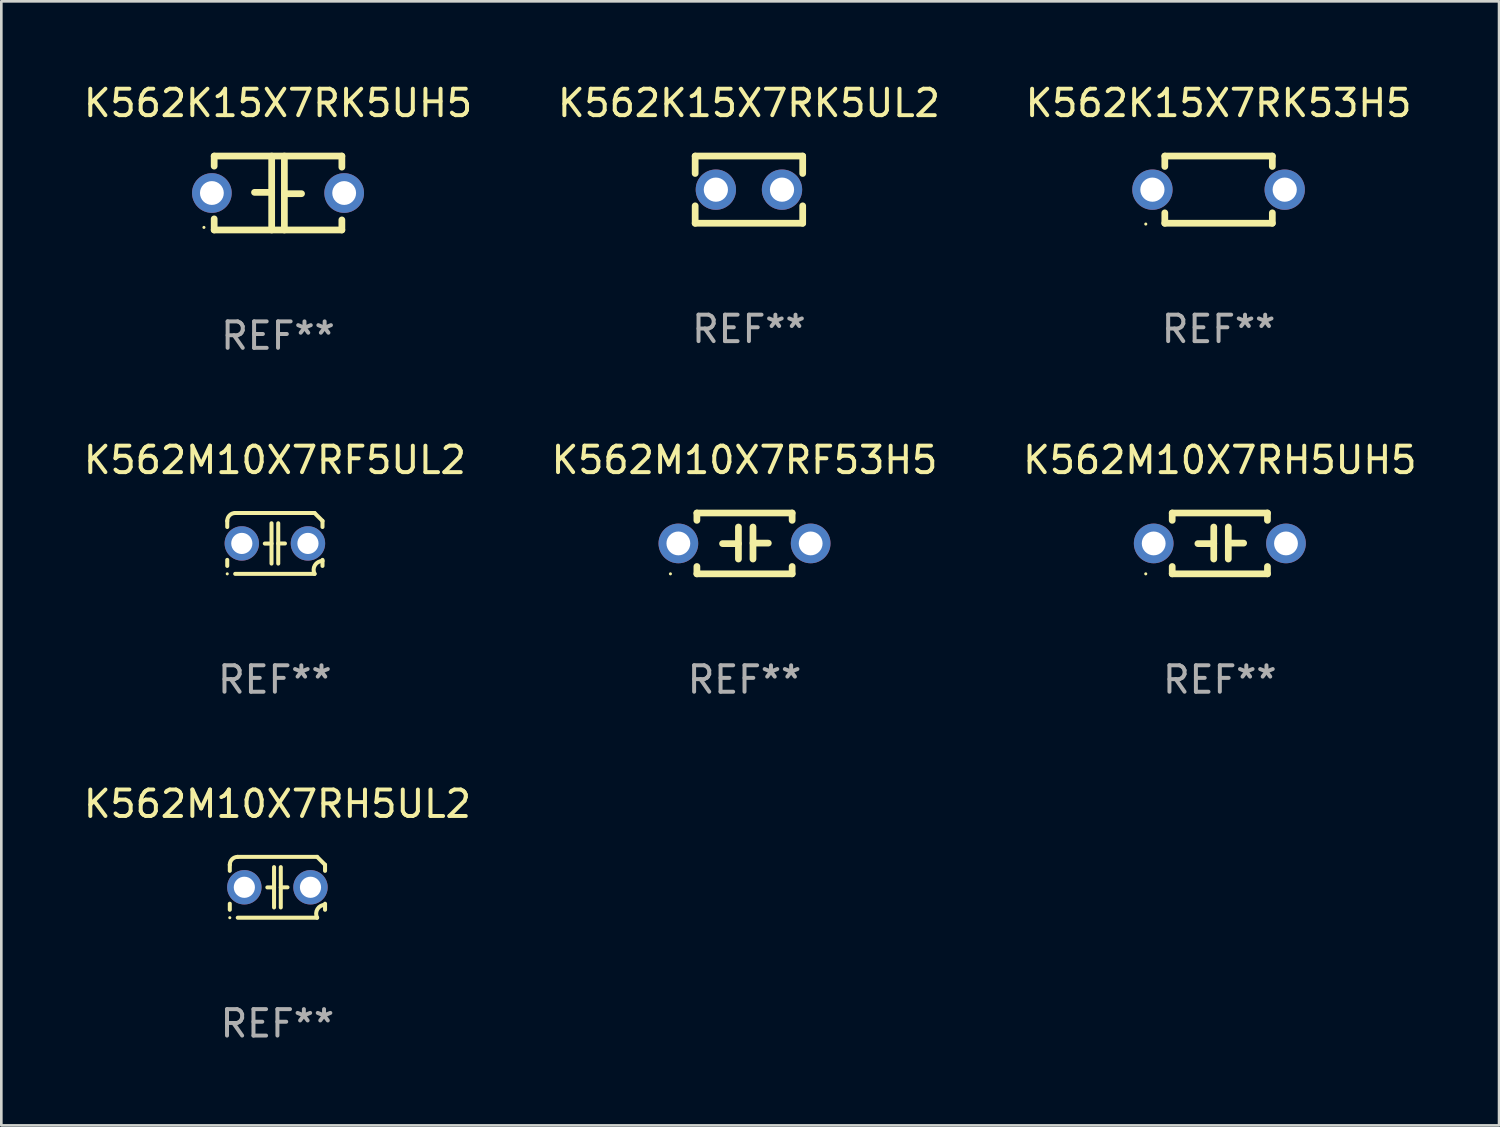
<source format=kicad_pcb>
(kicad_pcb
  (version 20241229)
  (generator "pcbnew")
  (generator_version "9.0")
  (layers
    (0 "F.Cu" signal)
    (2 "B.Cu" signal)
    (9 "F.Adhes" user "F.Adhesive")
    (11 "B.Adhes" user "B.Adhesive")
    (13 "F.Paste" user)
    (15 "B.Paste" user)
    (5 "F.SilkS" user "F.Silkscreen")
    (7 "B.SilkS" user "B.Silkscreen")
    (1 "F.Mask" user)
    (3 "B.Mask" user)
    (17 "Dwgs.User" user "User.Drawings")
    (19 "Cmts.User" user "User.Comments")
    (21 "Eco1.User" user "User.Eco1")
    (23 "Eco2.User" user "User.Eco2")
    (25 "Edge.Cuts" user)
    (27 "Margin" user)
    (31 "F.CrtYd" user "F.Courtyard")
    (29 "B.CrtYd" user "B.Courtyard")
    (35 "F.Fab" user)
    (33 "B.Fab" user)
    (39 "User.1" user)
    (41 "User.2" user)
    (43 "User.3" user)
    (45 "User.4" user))
  (footprint "K562M10X7RF5UL2"
    (layer "F.Cu")
    (at 7.339 17.489)
    (property "Reference" "K562M10X7RF5UL2" (at 0 -3.15 0) (layer "F.SilkS") (effects (font (size 1 1) (thickness 0.15))))
    (attr through_hole)
    (fp_line (start -1.8 -0.621) (end -1.8 -0.85) (stroke (width 0.152) (type solid)) (layer "F.SilkS"))
    (fp_line (start -1.8 0.85) (end -1.8 0.621) (stroke (width 0.152) (type solid)) (layer "F.SilkS"))
    (fp_line (start -1.5 -1.15) (end 1.5 -1.15) (stroke (width 0.152) (type solid)) (layer "F.SilkS"))
    (fp_line (start -0.127 -0.762) (end -0.127 0.762) (stroke (width 0.152) (type solid)) (layer "F.SilkS"))
    (fp_line (start -0.127 0.005) (end -0.381 0.005) (stroke (width 0.152) (type solid)) (layer "F.SilkS"))
    (fp_line (start 0.127 -0.762) (end 0.127 0.762) (stroke (width 0.152) (type solid)) (layer "F.SilkS"))
    (fp_line (start 0.127 0.002) (end 0.381 0.002) (stroke (width 0.152) (type solid)) (layer "F.SilkS"))
    (fp_line (start 1.5 1.15) (end -1.5 1.15) (stroke (width 0.152) (type solid)) (layer "F.SilkS"))
    (fp_line (start 1.8 -0.85) (end 1.8 -0.621) (stroke (width 0.152) (type solid)) (layer "F.SilkS"))
    (fp_line (start 1.8 0.621) (end 1.8 0.85) (stroke (width 0.152) (type solid)) (layer "F.SilkS"))
    (fp_arc (start -1.799975 -0.849987) (mid -1.712107 -1.062119) (end -1.499975 -1.149987) (stroke (width 0.151994) (type solid)) (layer "F.SilkS"))
    (fp_arc (start 1.499975 1.149987) (mid 1.513726 0.822359) (end 1.799975 0.662387) (stroke (width 0.151994) (type solid)) (layer "F.SilkS"))
    (fp_arc (start 1.500001 -1.149986) (mid 1.650015 -1.000001) (end 1.8 -0.849987) (stroke (width 0.151994) (type solid)) (layer "F.SilkS"))
    (fp_circle (center -1.8 1.15) (end -1.77 1.15) (stroke (width 0.06) (type solid)) (fill no) (layer "F.SilkS"))
    (fp_text user "REF**" (at 0 5.15 0) (layer "F.Fab") (effects (font (size 1 1) (thickness 0.15))))
    (pad "1" thru_hole circle (at -1.25 0) (size 1.3 1.3) (drill 0.8) (layers "*.Cu" "*.Mask"))
    (pad "2" thru_hole circle (at 1.25 0) (size 1.3 1.3) (drill 0.8) (layers "*.Cu" "*.Mask")))
  (footprint "K562K15X7RK5UH5"
    (layer "F.Cu")
    (at 7.458 4.245)
    (property "Reference" "K562K15X7RK5UH5" (at 0 -3.397 0) (layer "F.SilkS") (effects (font (size 1 1) (thickness 0.15))))
    (attr through_hole)
    (fp_line (start -2.413 -1.397) (end 2.413 -1.397) (stroke (width 0.254) (type solid)) (layer "F.SilkS"))
    (fp_line (start -2.413 -1.016) (end -2.413 -1.397) (stroke (width 0.254) (type solid)) (layer "F.SilkS"))
    (fp_line (start -2.413 0.977) (end -2.413 1.397) (stroke (width 0.254) (type solid)) (layer "F.SilkS"))
    (fp_line (start -0.24 -0.025) (end -0.889 -0.025) (stroke (width 0.254) (type solid)) (layer "F.SilkS"))
    (fp_line (start -0.24 1.397) (end -0.24 -1.397) (stroke (width 0.254) (type solid)) (layer "F.SilkS"))
    (fp_line (start 0.24 -1.397) (end 0.24 1.397) (stroke (width 0.254) (type solid)) (layer "F.SilkS"))
    (fp_line (start 0.24 0.025) (end 0.889 0.025) (stroke (width 0.254) (type solid)) (layer "F.SilkS"))
    (fp_line (start 2.413 -0.977) (end 2.413 -1.397) (stroke (width 0.254) (type solid)) (layer "F.SilkS"))
    (fp_line (start 2.413 1.016) (end 2.413 1.397) (stroke (width 0.254) (type solid)) (layer "F.SilkS"))
    (fp_line (start 2.413 1.397) (end -2.413 1.397) (stroke (width 0.254) (type solid)) (layer "F.SilkS"))
    (fp_circle (center -2.8 1.3) (end -2.77 1.3) (stroke (width 0.06) (type solid)) (fill no) (layer "F.SilkS"))
    (fp_text user "REF**" (at 0 5.397 0) (layer "F.Fab") (effects (font (size 1 1) (thickness 0.15))))
    (pad "1" thru_hole circle (at -2.5 0) (size 1.5 1.5) (drill 0.9) (layers "*.Cu" "*.Mask"))
    (pad "2" thru_hole circle (at 2.5 0) (size 1.5 1.5) (drill 0.9) (layers "*.Cu" "*.Mask")))
  (footprint "K562M10X7RH5UL2"
    (layer "F.Cu")
    (at 7.435 30.485)
    (property "Reference" "K562M10X7RH5UL2" (at 0 -3.15 0) (layer "F.SilkS") (effects (font (size 1 1) (thickness 0.15))))
    (attr through_hole)
    (fp_line (start -1.8 -0.621) (end -1.8 -0.85) (stroke (width 0.152) (type solid)) (layer "F.SilkS"))
    (fp_line (start -1.8 0.85) (end -1.8 0.621) (stroke (width 0.152) (type solid)) (layer "F.SilkS"))
    (fp_line (start -1.5 -1.15) (end 1.5 -1.15) (stroke (width 0.152) (type solid)) (layer "F.SilkS"))
    (fp_line (start -0.127 -0.762) (end -0.127 0.762) (stroke (width 0.152) (type solid)) (layer "F.SilkS"))
    (fp_line (start -0.127 0.005) (end -0.381 0.005) (stroke (width 0.152) (type solid)) (layer "F.SilkS"))
    (fp_line (start 0.127 -0.762) (end 0.127 0.762) (stroke (width 0.152) (type solid)) (layer "F.SilkS"))
    (fp_line (start 0.127 0.002) (end 0.381 0.002) (stroke (width 0.152) (type solid)) (layer "F.SilkS"))
    (fp_line (start 1.5 1.15) (end -1.5 1.15) (stroke (width 0.152) (type solid)) (layer "F.SilkS"))
    (fp_line (start 1.8 -0.85) (end 1.8 -0.621) (stroke (width 0.152) (type solid)) (layer "F.SilkS"))
    (fp_line (start 1.8 0.621) (end 1.8 0.85) (stroke (width 0.152) (type solid)) (layer "F.SilkS"))
    (fp_arc (start -1.799975 -0.849987) (mid -1.712107 -1.062119) (end -1.499975 -1.149987) (stroke (width 0.151994) (type solid)) (layer "F.SilkS"))
    (fp_arc (start 1.499975 1.149987) (mid 1.513726 0.822359) (end 1.799975 0.662387) (stroke (width 0.151994) (type solid)) (layer "F.SilkS"))
    (fp_arc (start 1.500001 -1.149986) (mid 1.650015 -1.000001) (end 1.8 -0.849987) (stroke (width 0.151994) (type solid)) (layer "F.SilkS"))
    (fp_circle (center -1.8 1.15) (end -1.77 1.15) (stroke (width 0.06) (type solid)) (fill no) (layer "F.SilkS"))
    (fp_text user "REF**" (at 0 5.15 0) (layer "F.Fab") (effects (font (size 1 1) (thickness 0.15))))
    (pad "1" thru_hole circle (at -1.25 0) (size 1.3 1.3) (drill 0.8) (layers "*.Cu" "*.Mask"))
    (pad "2" thru_hole circle (at 1.25 0) (size 1.3 1.3) (drill 0.8) (layers "*.Cu" "*.Mask")))
  (footprint "K562M10X7RF53H5"
    (layer "F.Cu")
    (at 25.089 17.489)
    (property "Reference" "K562M10X7RF53H5" (at 0 -3.15 0) (layer "F.SilkS") (effects (font (size 1 1) (thickness 0.15))))
    (attr through_hole)
    (fp_line (start -1.8 -1.15) (end -1.8 -0.872) (stroke (width 0.254) (type solid)) (layer "F.SilkS"))
    (fp_line (start -1.8 -1.15) (end 1.8 -1.15) (stroke (width 0.254) (type solid)) (layer "F.SilkS"))
    (fp_line (start -1.8 0.872) (end -1.8 1.15) (stroke (width 0.254) (type solid)) (layer "F.SilkS"))
    (fp_line (start -1.8 1.15) (end 1.8 1.15) (stroke (width 0.254) (type solid)) (layer "F.SilkS"))
    (fp_line (start -0.23 -0.62) (end -0.23 0.59) (stroke (width 0.254) (type solid)) (layer "F.SilkS"))
    (fp_line (start -0.23 0.007) (end -0.83 0.007) (stroke (width 0.254) (type solid)) (layer "F.SilkS"))
    (fp_line (start 0.32 -0.62) (end 0.32 0.59) (stroke (width 0.254) (type solid)) (layer "F.SilkS"))
    (fp_line (start 0.32 -0.012) (end 0.9 -0.012) (stroke (width 0.254) (type solid)) (layer "F.SilkS"))
    (fp_line (start 1.8 -1.15) (end 1.8 -0.872) (stroke (width 0.254) (type solid)) (layer "F.SilkS"))
    (fp_line (start 1.8 0.872) (end 1.8 1.15) (stroke (width 0.254) (type solid)) (layer "F.SilkS"))
    (fp_circle (center -2.8 1.15) (end -2.77 1.15) (stroke (width 0.06) (type solid)) (fill no) (layer "F.SilkS"))
    (fp_text user "REF**" (at 0 5.15 0) (layer "F.Fab") (effects (font (size 1 1) (thickness 0.15))))
    (pad "1" thru_hole circle (at -2.5 0) (size 1.5 1.5) (drill 0.9) (layers "*.Cu" "*.Mask"))
    (pad "2" thru_hole circle (at 2.5 0) (size 1.5 1.5) (drill 0.9) (layers "*.Cu" "*.Mask")))
  (footprint "K562M10X7RH5UH5"
    (layer "F.Cu")
    (at 43.054 17.489)
    (property "Reference" "K562M10X7RH5UH5" (at 0 -3.15 0) (layer "F.SilkS") (effects (font (size 1 1) (thickness 0.15))))
    (attr through_hole)
    (fp_line (start -1.8 -1.15) (end -1.8 -0.872) (stroke (width 0.254) (type solid)) (layer "F.SilkS"))
    (fp_line (start -1.8 -1.15) (end 1.8 -1.15) (stroke (width 0.254) (type solid)) (layer "F.SilkS"))
    (fp_line (start -1.8 0.872) (end -1.8 1.15) (stroke (width 0.254) (type solid)) (layer "F.SilkS"))
    (fp_line (start -1.8 1.15) (end 1.8 1.15) (stroke (width 0.254) (type solid)) (layer "F.SilkS"))
    (fp_line (start -0.23 -0.62) (end -0.23 0.59) (stroke (width 0.254) (type solid)) (layer "F.SilkS"))
    (fp_line (start -0.23 0.007) (end -0.83 0.007) (stroke (width 0.254) (type solid)) (layer "F.SilkS"))
    (fp_line (start 0.32 -0.62) (end 0.32 0.59) (stroke (width 0.254) (type solid)) (layer "F.SilkS"))
    (fp_line (start 0.32 -0.012) (end 0.9 -0.012) (stroke (width 0.254) (type solid)) (layer "F.SilkS"))
    (fp_line (start 1.8 -1.15) (end 1.8 -0.872) (stroke (width 0.254) (type solid)) (layer "F.SilkS"))
    (fp_line (start 1.8 0.872) (end 1.8 1.15) (stroke (width 0.254) (type solid)) (layer "F.SilkS"))
    (fp_circle (center -2.8 1.15) (end -2.77 1.15) (stroke (width 0.06) (type solid)) (fill no) (layer "F.SilkS"))
    (fp_text user "REF**" (at 0 5.15 0) (layer "F.Fab") (effects (font (size 1 1) (thickness 0.15))))
    (pad "1" thru_hole circle (at -2.5 0) (size 1.5 1.5) (drill 0.9) (layers "*.Cu" "*.Mask"))
    (pad "2" thru_hole circle (at 2.5 0) (size 1.5 1.5) (drill 0.9) (layers "*.Cu" "*.Mask")))
  (footprint "K562K15X7RK5UL2"
    (layer "F.Cu")
    (at 25.256 4.118)
    (property "Reference" "K562K15X7RK5UL2" (at 0 -3.27 0) (layer "F.SilkS") (effects (font (size 1 1) (thickness 0.15))))
    (attr through_hole)
    (fp_line (start -2.032 -1.27) (end -2.032 -0.611) (stroke (width 0.254) (type solid)) (layer "F.SilkS"))
    (fp_line (start -2.032 0.611) (end -2.032 1.27) (stroke (width 0.254) (type solid)) (layer "F.SilkS"))
    (fp_line (start -2.032 1.27) (end 2.032 1.27) (stroke (width 0.254) (type solid)) (layer "F.SilkS"))
    (fp_line (start 2.032 -1.27) (end -2.032 -1.27) (stroke (width 0.254) (type solid)) (layer "F.SilkS"))
    (fp_line (start 2.032 -0.611) (end 2.032 -1.27) (stroke (width 0.254) (type solid)) (layer "F.SilkS"))
    (fp_line (start 2.032 1.27) (end 2.032 0.611) (stroke (width 0.254) (type solid)) (layer "F.SilkS"))
    (fp_circle (center -2 1.3) (end -1.97 1.3) (stroke (width 0.06) (type solid)) (fill no) (layer "F.SilkS"))
    (fp_text user "REF**" (at 0 5.27 0) (layer "F.Fab") (effects (font (size 1 1) (thickness 0.15))))
    (pad "1" thru_hole circle (at -1.25 0) (size 1.524 1.524) (drill 0.914) (layers "*.Cu" "*.Mask"))
    (pad "2" thru_hole circle (at 1.25 0) (size 1.524 1.524) (drill 0.914) (layers "*.Cu" "*.Mask")))
  (footprint "K562K15X7RK53H5"
    (layer "F.Cu")
    (at 43.006 4.118)
    (property "Reference" "K562K15X7RK53H5" (at 0 -3.27 0) (layer "F.SilkS") (effects (font (size 1 1) (thickness 0.15))))
    (attr through_hole)
    (fp_line (start -2.032 -1.27) (end -2.032 -0.876) (stroke (width 0.254) (type solid)) (layer "F.SilkS"))
    (fp_line (start -2.032 0.876) (end -2.032 1.27) (stroke (width 0.254) (type solid)) (layer "F.SilkS"))
    (fp_line (start -2.032 1.27) (end 2.032 1.27) (stroke (width 0.254) (type solid)) (layer "F.SilkS"))
    (fp_line (start 2.032 -1.27) (end -2.032 -1.27) (stroke (width 0.254) (type solid)) (layer "F.SilkS"))
    (fp_line (start 2.032 -0.876) (end 2.032 -1.27) (stroke (width 0.254) (type solid)) (layer "F.SilkS"))
    (fp_line (start 2.032 1.27) (end 2.032 0.876) (stroke (width 0.254) (type solid)) (layer "F.SilkS"))
    (fp_circle (center -2.751 1.3) (end -2.721 1.3) (stroke (width 0.06) (type solid)) (fill no) (layer "F.SilkS"))
    (fp_text user "REF**" (at 0 5.27 0) (layer "F.Fab") (effects (font (size 1 1) (thickness 0.15))))
    (pad "1" thru_hole circle (at -2.5 0) (size 1.524 1.524) (drill 0.914) (layers "*.Cu" "*.Mask"))
    (pad "2" thru_hole circle (at 2.5 0) (size 1.524 1.524) (drill 0.914) (layers "*.Cu" "*.Mask")))
  (gr_rect
    (start -3 -3)
    (end 53.607 39.484)
    (stroke (width 0.1) (type default))
    (fill no)
    (layer "Edge.Cuts")))
</source>
